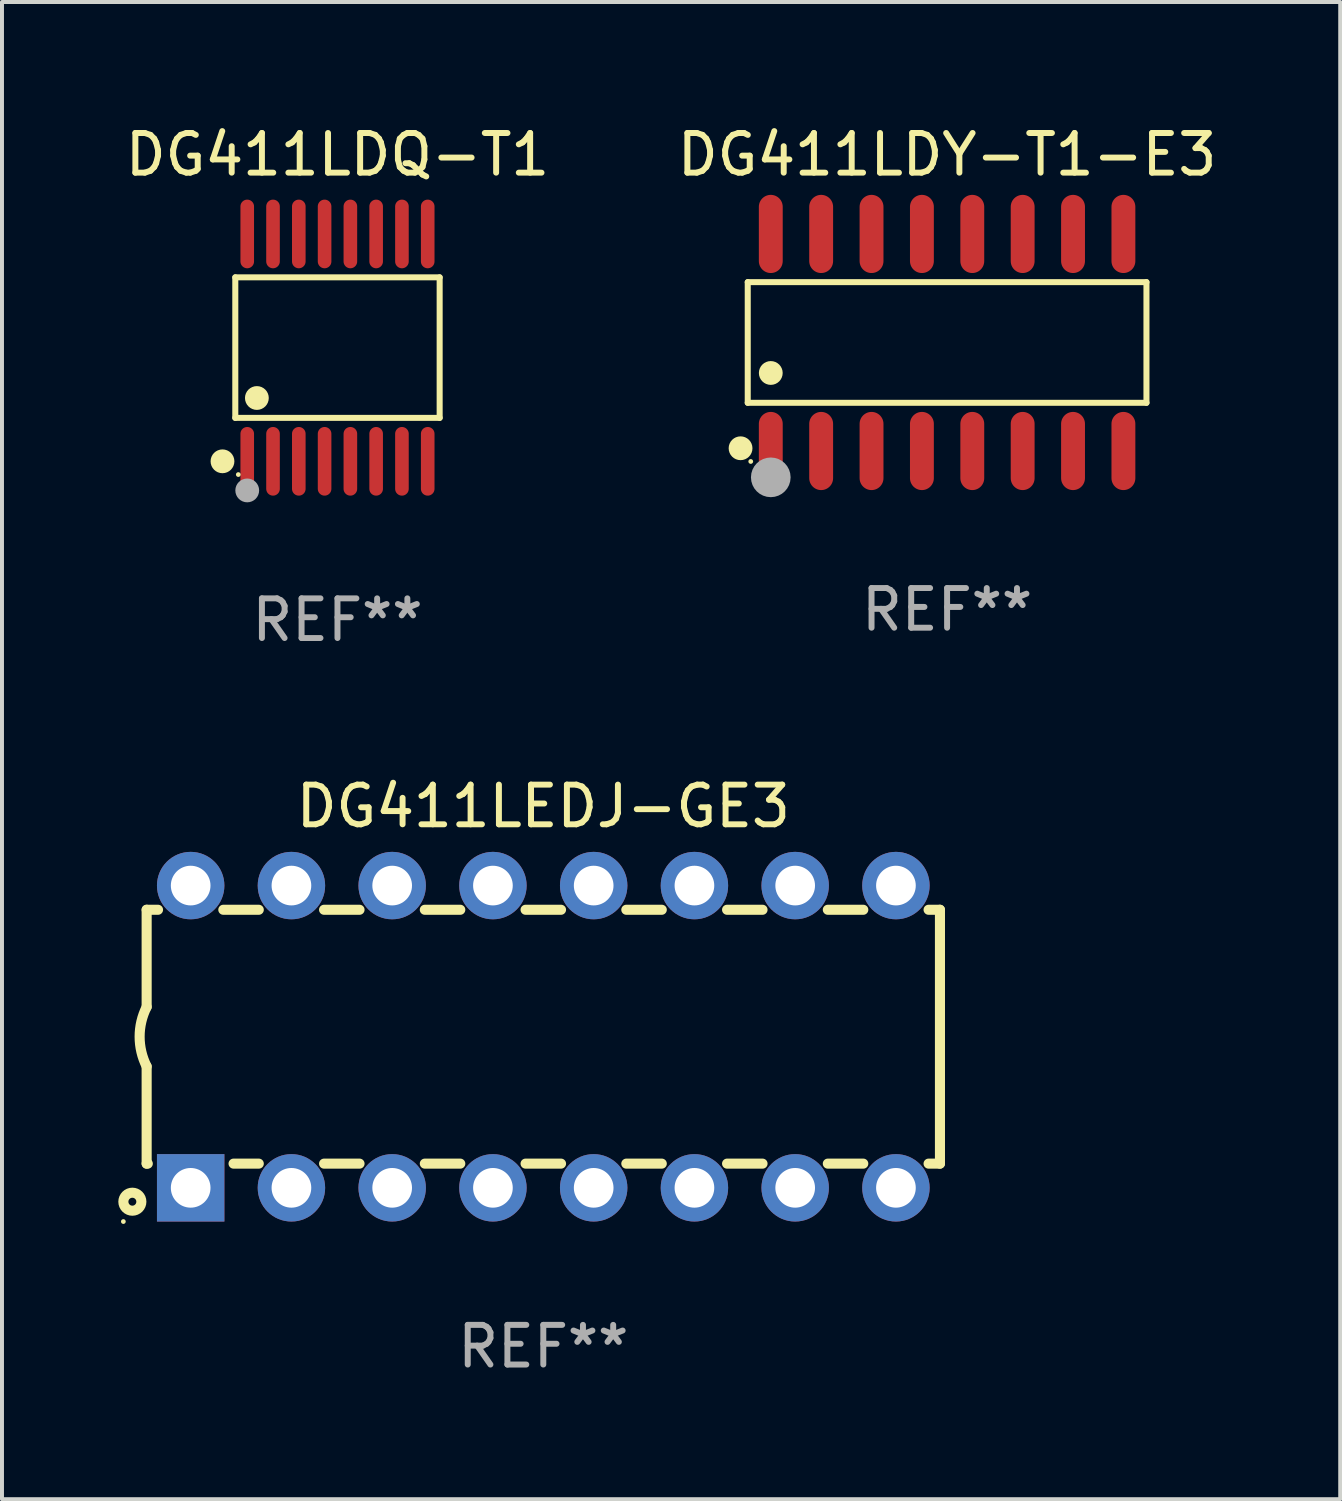
<source format=kicad_pcb>
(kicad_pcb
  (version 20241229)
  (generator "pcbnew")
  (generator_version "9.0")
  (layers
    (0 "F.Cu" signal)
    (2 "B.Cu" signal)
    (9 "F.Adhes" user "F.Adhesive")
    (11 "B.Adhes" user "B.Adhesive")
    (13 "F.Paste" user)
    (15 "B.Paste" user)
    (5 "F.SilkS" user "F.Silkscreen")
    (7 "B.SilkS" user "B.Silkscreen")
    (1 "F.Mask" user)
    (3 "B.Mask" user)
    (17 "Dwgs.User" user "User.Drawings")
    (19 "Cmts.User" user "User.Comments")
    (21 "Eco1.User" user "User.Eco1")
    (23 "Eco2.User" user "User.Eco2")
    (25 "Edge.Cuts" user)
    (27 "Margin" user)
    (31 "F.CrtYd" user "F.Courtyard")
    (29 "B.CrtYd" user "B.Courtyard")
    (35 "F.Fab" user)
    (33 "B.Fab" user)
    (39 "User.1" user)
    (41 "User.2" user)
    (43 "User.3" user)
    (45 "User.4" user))
  (footprint "DG411LDQ-T1"
    (layer "F.Cu")
    (at 5.458 5.714)
    (property "Reference" "DG411LDQ-T1" (at 0 -4.866 0) (layer "F.SilkS") (effects (font (size 1 1) (thickness 0.15))))
    (attr through_hole)
    (fp_line (start -2.576 -1.772) (end 2.576 -1.772) (stroke (width 0.152) (type solid)) (layer "F.SilkS"))
    (fp_line (start -2.576 1.771) (end -2.576 -1.772) (stroke (width 0.152) (type solid)) (layer "F.SilkS"))
    (fp_line (start 2.576 -1.772) (end 2.576 1.771) (stroke (width 0.152) (type solid)) (layer "F.SilkS"))
    (fp_line (start 2.576 1.771) (end -2.576 1.771) (stroke (width 0.152) (type solid)) (layer "F.SilkS"))
    (fp_circle (center -2.899 2.866) (end -2.749 2.866) (stroke (width 0.3) (type solid)) (fill no) (layer "F.SilkS"))
    (fp_circle (center -2.5 3.2) (end -2.47 3.2) (stroke (width 0.06) (type solid)) (fill no) (layer "F.SilkS"))
    (fp_circle (center -2.032 1.27) (end -1.882 1.27) (stroke (width 0.3) (type solid)) (fill no) (layer "F.SilkS"))
    (fp_circle (center -2.275 3.6) (end -2.125 3.6) (stroke (width 0.3) (type solid)) (fill no) (layer "F.Fab"))
    (fp_text user "REF**" (at 0 6.866 0) (layer "F.Fab") (effects (font (size 1 1) (thickness 0.15))))
    (pad "1" smd oval (at -2.275 2.866) (size 0.343 1.731) (layers "F.Cu" "F.Mask" "F.Paste"))
    (pad "2" smd oval (at -1.625 2.866) (size 0.343 1.731) (layers "F.Cu" "F.Mask" "F.Paste"))
    (pad "3" smd oval (at -0.975 2.866) (size 0.343 1.731) (layers "F.Cu" "F.Mask" "F.Paste"))
    (pad "4" smd oval (at -0.325 2.866) (size 0.343 1.731) (layers "F.Cu" "F.Mask" "F.Paste"))
    (pad "5" smd oval (at 0.325 2.866) (size 0.343 1.731) (layers "F.Cu" "F.Mask" "F.Paste"))
    (pad "6" smd oval (at 0.975 2.866) (size 0.343 1.731) (layers "F.Cu" "F.Mask" "F.Paste"))
    (pad "7" smd oval (at 1.625 2.866) (size 0.343 1.731) (layers "F.Cu" "F.Mask" "F.Paste"))
    (pad "8" smd oval (at 2.275 2.866) (size 0.343 1.731) (layers "F.Cu" "F.Mask" "F.Paste"))
    (pad "9" smd oval (at 2.275 -2.866) (size 0.343 1.731) (layers "F.Cu" "F.Mask" "F.Paste"))
    (pad "10" smd oval (at 1.625 -2.866) (size 0.343 1.731) (layers "F.Cu" "F.Mask" "F.Paste"))
    (pad "11" smd oval (at 0.975 -2.866) (size 0.343 1.731) (layers "F.Cu" "F.Mask" "F.Paste"))
    (pad "12" smd oval (at 0.325 -2.866) (size 0.343 1.731) (layers "F.Cu" "F.Mask" "F.Paste"))
    (pad "13" smd oval (at -0.325 -2.866) (size 0.343 1.731) (layers "F.Cu" "F.Mask" "F.Paste"))
    (pad "14" smd oval (at -0.975 -2.866) (size 0.343 1.731) (layers "F.Cu" "F.Mask" "F.Paste"))
    (pad "15" smd oval (at -1.625 -2.866) (size 0.343 1.731) (layers "F.Cu" "F.Mask" "F.Paste"))
    (pad "16" smd oval (at -2.275 -2.866) (size 0.343 1.731) (layers "F.Cu" "F.Mask" "F.Paste")))
  (footprint "DG411LEDJ-GE3"
    (layer "F.Cu")
    (at 10.647 23.086)
    (property "Reference" "DG411LEDJ-GE3" (at 0 -5.81 0) (layer "F.SilkS") (effects (font (size 1 1) (thickness 0.15))))
    (attr through_hole)
    (fp_line (start -10 -3.2) (end -10 -0.75) (stroke (width 0.254) (type solid)) (layer "F.SilkS"))
    (fp_line (start -10 -3.2) (end -9.713 -3.2) (stroke (width 0.254) (type solid)) (layer "F.SilkS"))
    (fp_line (start -10 3.2) (end -10 0.75) (stroke (width 0.254) (type solid)) (layer "F.SilkS"))
    (fp_line (start -10 3.2) (end -9.971 3.2) (stroke (width 0.254) (type solid)) (layer "F.SilkS"))
    (fp_line (start -8.067 -3.2) (end -7.173 -3.2) (stroke (width 0.254) (type solid)) (layer "F.SilkS"))
    (fp_line (start -7.809 3.2) (end -7.173 3.2) (stroke (width 0.254) (type solid)) (layer "F.SilkS"))
    (fp_line (start -5.527 3.2) (end -4.633 3.2) (stroke (width 0.254) (type solid)) (layer "F.SilkS"))
    (fp_line (start -5.527 -3.2) (end -4.633 -3.2) (stroke (width 0.254) (type solid)) (layer "F.SilkS"))
    (fp_line (start -2.987 3.2) (end -2.093 3.2) (stroke (width 0.254) (type solid)) (layer "F.SilkS"))
    (fp_line (start -2.987 -3.2) (end -2.093 -3.2) (stroke (width 0.254) (type solid)) (layer "F.SilkS"))
    (fp_line (start -0.447 3.2) (end 0.447 3.2) (stroke (width 0.254) (type solid)) (layer "F.SilkS"))
    (fp_line (start -0.447 -3.2) (end 0.447 -3.2) (stroke (width 0.254) (type solid)) (layer "F.SilkS"))
    (fp_line (start 2.093 3.2) (end 2.987 3.2) (stroke (width 0.254) (type solid)) (layer "F.SilkS"))
    (fp_line (start 2.093 -3.2) (end 2.987 -3.2) (stroke (width 0.254) (type solid)) (layer "F.SilkS"))
    (fp_line (start 4.633 3.2) (end 5.527 3.2) (stroke (width 0.254) (type solid)) (layer "F.SilkS"))
    (fp_line (start 4.633 -3.2) (end 5.527 -3.2) (stroke (width 0.254) (type solid)) (layer "F.SilkS"))
    (fp_line (start 7.173 3.2) (end 8.067 3.2) (stroke (width 0.254) (type solid)) (layer "F.SilkS"))
    (fp_line (start 7.173 -3.2) (end 8.067 -3.2) (stroke (width 0.254) (type solid)) (layer "F.SilkS"))
    (fp_line (start 9.713 3.2) (end 10 3.2) (stroke (width 0.254) (type solid)) (layer "F.SilkS"))
    (fp_line (start 9.713 -3.2) (end 10 -3.2) (stroke (width 0.254) (type solid)) (layer "F.SilkS"))
    (fp_line (start 10 -3.2) (end 10 3.2) (stroke (width 0.254) (type solid)) (layer "F.SilkS"))
    (fp_arc (start -10 0.748793) (mid -10.176918 -0.000607) (end -10.000025 -0.750013) (stroke (width 0.254001) (type solid)) (layer "F.SilkS"))
    (fp_circle (center -10.587 4.66) (end -10.557 4.66) (stroke (width 0.06) (type solid)) (fill no) (layer "F.SilkS"))
    (fp_circle (center -10.36 4.16) (end -10.26 4.16) (stroke (width 0.254) (type solid)) (fill no) (layer "F.SilkS"))
    (fp_text user "REF**" (at 0 7.81 0) (layer "F.Fab") (effects (font (size 1 1) (thickness 0.15))))
    (pad "1" thru_hole rect (at -8.89 3.81 90) (size 1.7 1.7) (drill 1) (layers "*.Cu" "*.Mask"))
    (pad "2" thru_hole circle (at -6.35 3.81) (size 1.7 1.7) (drill 1) (layers "*.Cu" "*.Mask"))
    (pad "3" thru_hole circle (at -3.81 3.81) (size 1.7 1.7) (drill 1) (layers "*.Cu" "*.Mask"))
    (pad "4" thru_hole circle (at -1.27 3.81) (size 1.7 1.7) (drill 1) (layers "*.Cu" "*.Mask"))
    (pad "5" thru_hole circle (at 1.27 3.81) (size 1.7 1.7) (drill 1) (layers "*.Cu" "*.Mask"))
    (pad "6" thru_hole circle (at 3.81 3.81) (size 1.7 1.7) (drill 1) (layers "*.Cu" "*.Mask"))
    (pad "7" thru_hole circle (at 6.35 3.81) (size 1.7 1.7) (drill 1) (layers "*.Cu" "*.Mask"))
    (pad "8" thru_hole circle (at 8.89 3.81) (size 1.7 1.7) (drill 1) (layers "*.Cu" "*.Mask"))
    (pad "9" thru_hole circle (at 8.89 -3.81) (size 1.7 1.7) (drill 1) (layers "*.Cu" "*.Mask"))
    (pad "10" thru_hole circle (at 6.35 -3.81) (size 1.7 1.7) (drill 1) (layers "*.Cu" "*.Mask"))
    (pad "11" thru_hole circle (at 3.81 -3.81) (size 1.7 1.7) (drill 1) (layers "*.Cu" "*.Mask"))
    (pad "12" thru_hole circle (at 1.27 -3.81) (size 1.7 1.7) (drill 1) (layers "*.Cu" "*.Mask"))
    (pad "13" thru_hole circle (at -1.27 -3.81) (size 1.7 1.7) (drill 1) (layers "*.Cu" "*.Mask"))
    (pad "14" thru_hole circle (at -3.81 -3.81) (size 1.7 1.7) (drill 1) (layers "*.Cu" "*.Mask"))
    (pad "15" thru_hole circle (at -6.35 -3.81) (size 1.7 1.7) (drill 1) (layers "*.Cu" "*.Mask"))
    (pad "16" thru_hole circle (at -8.89 -3.81) (size 1.7 1.7) (drill 1) (layers "*.Cu" "*.Mask")))
  (footprint "DG411LDY-T1-E3"
    (layer "F.Cu")
    (at 20.827 5.584)
    (property "Reference" "DG411LDY-T1-E3" (at 0 -4.736 0) (layer "F.SilkS") (effects (font (size 1 1) (thickness 0.15))))
    (attr through_hole)
    (fp_line (start -5.026 -1.521) (end 5.026 -1.521) (stroke (width 0.152) (type solid)) (layer "F.SilkS"))
    (fp_line (start -5.026 1.521) (end -5.026 -1.521) (stroke (width 0.152) (type solid)) (layer "F.SilkS"))
    (fp_line (start 5.026 -1.521) (end 5.026 1.521) (stroke (width 0.152) (type solid)) (layer "F.SilkS"))
    (fp_line (start 5.026 1.521) (end -5.026 1.521) (stroke (width 0.152) (type solid)) (layer "F.SilkS"))
    (fp_circle (center -5.207 2.667) (end -5.057 2.667) (stroke (width 0.3) (type solid)) (fill no) (layer "F.SilkS"))
    (fp_circle (center -4.95 3) (end -4.92 3) (stroke (width 0.06) (type solid)) (fill no) (layer "F.SilkS"))
    (fp_circle (center -4.445 0.769) (end -4.295 0.769) (stroke (width 0.3) (type solid)) (fill no) (layer "F.SilkS"))
    (fp_circle (center -4.445 3.4) (end -4.195 3.4) (stroke (width 0.5) (type solid)) (fill no) (layer "F.Fab"))
    (fp_text user "REF**" (at 0 6.736 0) (layer "F.Fab") (effects (font (size 1 1) (thickness 0.15))))
    (pad "1" smd oval (at -4.445 2.736) (size 0.602 1.971) (layers "F.Cu" "F.Mask" "F.Paste"))
    (pad "2" smd oval (at -3.175 2.736) (size 0.602 1.971) (layers "F.Cu" "F.Mask" "F.Paste"))
    (pad "3" smd oval (at -1.905 2.736) (size 0.602 1.971) (layers "F.Cu" "F.Mask" "F.Paste"))
    (pad "4" smd oval (at -0.635 2.736) (size 0.602 1.971) (layers "F.Cu" "F.Mask" "F.Paste"))
    (pad "5" smd oval (at 0.635 2.736) (size 0.602 1.971) (layers "F.Cu" "F.Mask" "F.Paste"))
    (pad "6" smd oval (at 1.905 2.736) (size 0.602 1.971) (layers "F.Cu" "F.Mask" "F.Paste"))
    (pad "7" smd oval (at 3.175 2.736) (size 0.602 1.971) (layers "F.Cu" "F.Mask" "F.Paste"))
    (pad "8" smd oval (at 4.445 2.736) (size 0.602 1.971) (layers "F.Cu" "F.Mask" "F.Paste"))
    (pad "9" smd oval (at 4.445 -2.736) (size 0.602 1.971) (layers "F.Cu" "F.Mask" "F.Paste"))
    (pad "10" smd oval (at 3.175 -2.736) (size 0.602 1.971) (layers "F.Cu" "F.Mask" "F.Paste"))
    (pad "11" smd oval (at 1.905 -2.736) (size 0.602 1.971) (layers "F.Cu" "F.Mask" "F.Paste"))
    (pad "12" smd oval (at 0.635 -2.736) (size 0.602 1.971) (layers "F.Cu" "F.Mask" "F.Paste"))
    (pad "13" smd oval (at -0.635 -2.736) (size 0.602 1.971) (layers "F.Cu" "F.Mask" "F.Paste"))
    (pad "14" smd oval (at -1.905 -2.736) (size 0.602 1.971) (layers "F.Cu" "F.Mask" "F.Paste"))
    (pad "15" smd oval (at -3.175 -2.736) (size 0.602 1.971) (layers "F.Cu" "F.Mask" "F.Paste"))
    (pad "16" smd oval (at -4.445 -2.736) (size 0.602 1.971) (layers "F.Cu" "F.Mask" "F.Paste")))
  (gr_rect
    (start -3 -3)
    (end 30.738 34.745)
    (stroke (width 0.1) (type default))
    (fill no)
    (layer "Edge.Cuts")))
</source>
